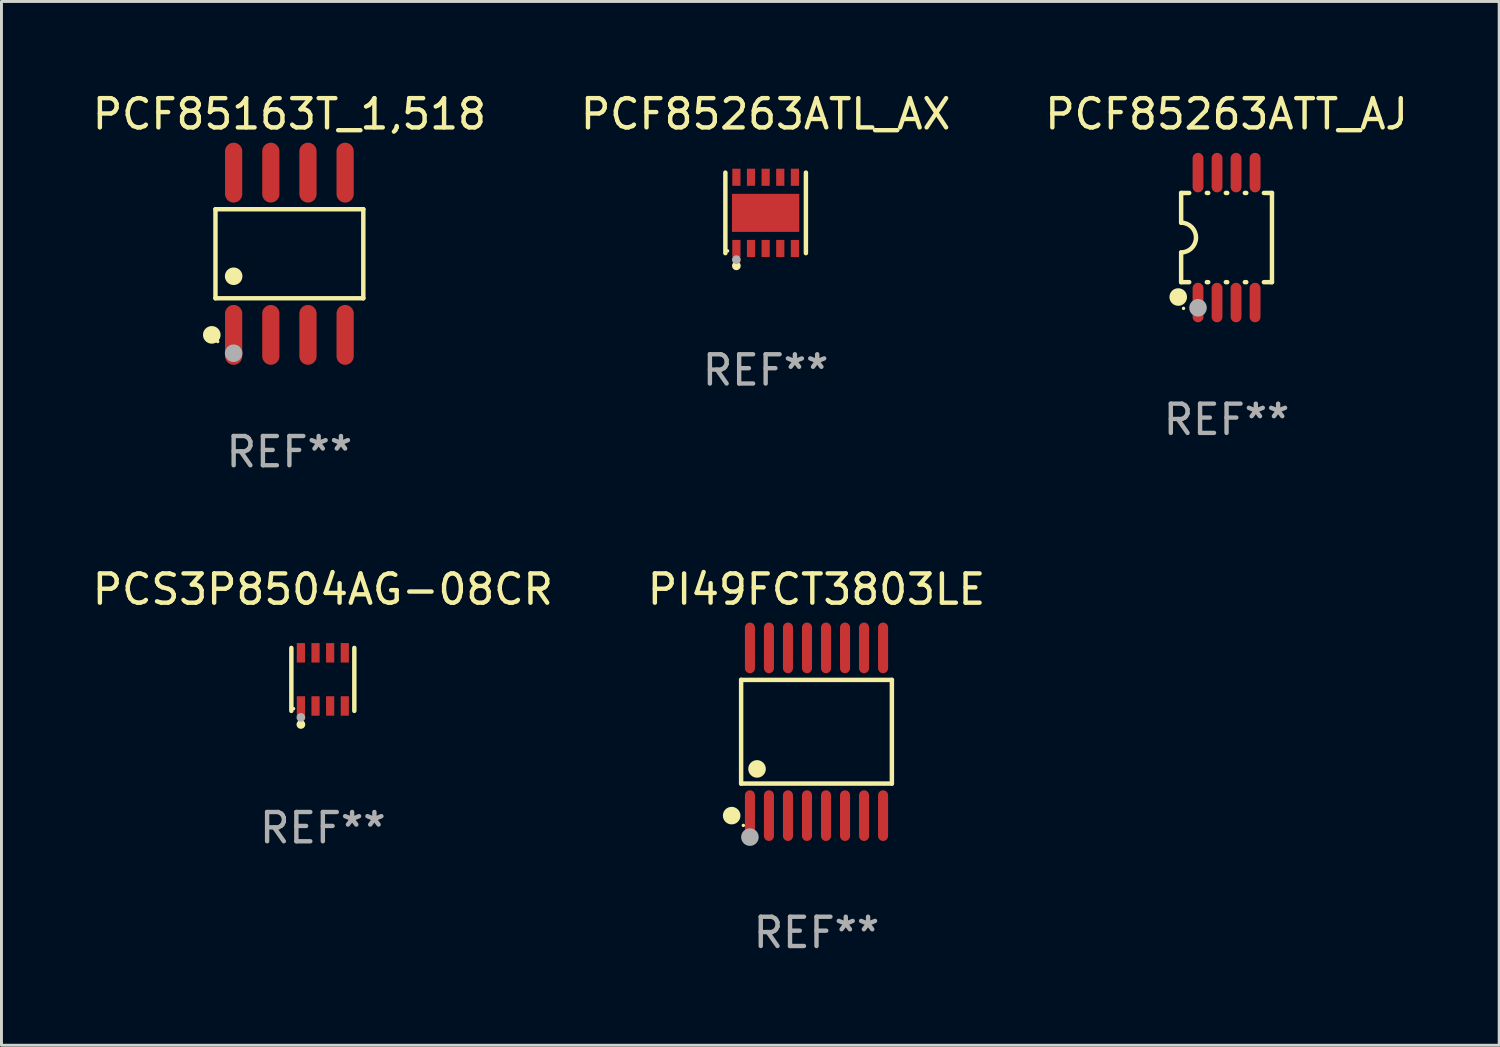
<source format=kicad_pcb>
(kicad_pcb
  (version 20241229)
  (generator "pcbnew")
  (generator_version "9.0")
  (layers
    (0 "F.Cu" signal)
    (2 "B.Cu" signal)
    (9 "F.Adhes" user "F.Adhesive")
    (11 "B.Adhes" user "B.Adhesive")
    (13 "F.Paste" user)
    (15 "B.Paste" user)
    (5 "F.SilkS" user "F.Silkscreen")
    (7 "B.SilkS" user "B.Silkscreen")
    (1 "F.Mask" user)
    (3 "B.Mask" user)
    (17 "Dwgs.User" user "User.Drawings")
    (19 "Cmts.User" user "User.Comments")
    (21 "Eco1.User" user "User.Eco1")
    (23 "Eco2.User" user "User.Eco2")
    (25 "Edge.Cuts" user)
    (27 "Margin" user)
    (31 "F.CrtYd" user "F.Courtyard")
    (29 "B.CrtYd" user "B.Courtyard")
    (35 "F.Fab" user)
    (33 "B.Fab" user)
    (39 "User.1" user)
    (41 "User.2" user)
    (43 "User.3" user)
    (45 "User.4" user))
  (footprint "PCF85263ATT_AJ"
    (layer "F.Cu")
    (at 38.863 5.068)
    (property "Reference" "PCF85263ATT_AJ" (at 0 -4.22 0) (layer "F.SilkS") (effects (font (size 1 1) (thickness 0.15))))
    (attr through_hole)
    (fp_line (start -1.552 -1.524) (end -1.276 -1.524) (stroke (width 0.152) (type solid)) (layer "F.SilkS"))
    (fp_line (start -1.552 -0.508) (end -1.552 -1.524) (stroke (width 0.152) (type solid)) (layer "F.SilkS"))
    (fp_line (start -1.552 1.524) (end -1.552 0.508) (stroke (width 0.152) (type solid)) (layer "F.SilkS"))
    (fp_line (start -1.552 1.524) (end -1.276 1.524) (stroke (width 0.152) (type solid)) (layer "F.SilkS"))
    (fp_line (start -0.674 -1.524) (end -0.626 -1.524) (stroke (width 0.152) (type solid)) (layer "F.SilkS"))
    (fp_line (start -0.674 1.524) (end -0.626 1.524) (stroke (width 0.152) (type solid)) (layer "F.SilkS"))
    (fp_line (start -0.024 -1.524) (end 0.024 -1.524) (stroke (width 0.152) (type solid)) (layer "F.SilkS"))
    (fp_line (start -0.024 1.524) (end 0.024 1.524) (stroke (width 0.152) (type solid)) (layer "F.SilkS"))
    (fp_line (start 0.626 -1.524) (end 0.674 -1.524) (stroke (width 0.152) (type solid)) (layer "F.SilkS"))
    (fp_line (start 0.626 1.524) (end 0.674 1.524) (stroke (width 0.152) (type solid)) (layer "F.SilkS"))
    (fp_line (start 1.276 1.524) (end 1.552 1.524) (stroke (width 0.152) (type solid)) (layer "F.SilkS"))
    (fp_line (start 1.276 -1.524) (end 1.552 -1.524) (stroke (width 0.152) (type solid)) (layer "F.SilkS"))
    (fp_line (start 1.552 -1.524) (end 1.552 1.524) (stroke (width 0.152) (type solid)) (layer "F.SilkS"))
    (fp_arc (start -1.551943 -0.508001) (mid -1.043942 0) (end -1.551943 0.508001) (stroke (width 0.151994) (type solid)) (layer "F.SilkS"))
    (fp_circle (center -1.651 2.032) (end -1.501 2.032) (stroke (width 0.3) (type solid)) (fill no) (layer "F.SilkS"))
    (fp_circle (center -1.47 2.42) (end -1.44 2.42) (stroke (width 0.06) (type solid)) (fill no) (layer "F.SilkS"))
    (fp_circle (center -0.975 2.4) (end -0.825 2.4) (stroke (width 0.3) (type solid)) (fill no) (layer "F.Fab"))
    (fp_text user "REF**" (at 0 6.22 0) (layer "F.Fab") (effects (font (size 1 1) (thickness 0.15))))
    (pad "1" smd oval (at -0.975 2.22) (size 0.37 1.35) (layers "F.Cu" "F.Mask" "F.Paste"))
    (pad "2" smd oval (at -0.325 2.22) (size 0.37 1.35) (layers "F.Cu" "F.Mask" "F.Paste"))
    (pad "3" smd oval (at 0.325 2.22) (size 0.37 1.35) (layers "F.Cu" "F.Mask" "F.Paste"))
    (pad "4" smd oval (at 0.975 2.22) (size 0.37 1.35) (layers "F.Cu" "F.Mask" "F.Paste"))
    (pad "5" smd oval (at 0.975 -2.22) (size 0.37 1.35) (layers "F.Cu" "F.Mask" "F.Paste"))
    (pad "6" smd oval (at 0.325 -2.22) (size 0.37 1.35) (layers "F.Cu" "F.Mask" "F.Paste"))
    (pad "7" smd oval (at -0.325 -2.22) (size 0.37 1.35) (layers "F.Cu" "F.Mask" "F.Paste"))
    (pad "8" smd oval (at -0.975 -2.22) (size 0.37 1.35) (layers "F.Cu" "F.Mask" "F.Paste")))
  (footprint "PI49FCT3803LE"
    (layer "F.Cu")
    (at 24.851 21.955)
    (property "Reference" "PI49FCT3803LE" (at 0 -4.866 0) (layer "F.SilkS") (effects (font (size 1 1) (thickness 0.15))))
    (attr through_hole)
    (fp_line (start -2.576 -1.772) (end 2.576 -1.772) (stroke (width 0.152) (type solid)) (layer "F.SilkS"))
    (fp_line (start -2.576 1.771) (end -2.576 -1.772) (stroke (width 0.152) (type solid)) (layer "F.SilkS"))
    (fp_line (start 2.576 -1.772) (end 2.576 1.771) (stroke (width 0.152) (type solid)) (layer "F.SilkS"))
    (fp_line (start 2.576 1.771) (end -2.576 1.771) (stroke (width 0.152) (type solid)) (layer "F.SilkS"))
    (fp_circle (center -2.899 2.866) (end -2.749 2.866) (stroke (width 0.3) (type solid)) (fill no) (layer "F.SilkS"))
    (fp_circle (center -2.5 3.2) (end -2.47 3.2) (stroke (width 0.06) (type solid)) (fill no) (layer "F.SilkS"))
    (fp_circle (center -2.032 1.27) (end -1.882 1.27) (stroke (width 0.3) (type solid)) (fill no) (layer "F.SilkS"))
    (fp_circle (center -2.275 3.6) (end -2.125 3.6) (stroke (width 0.3) (type solid)) (fill no) (layer "F.Fab"))
    (fp_text user "REF**" (at 0 6.866 0) (layer "F.Fab") (effects (font (size 1 1) (thickness 0.15))))
    (pad "1" smd oval (at -2.275 2.866) (size 0.343 1.731) (layers "F.Cu" "F.Mask" "F.Paste"))
    (pad "2" smd oval (at -1.625 2.866) (size 0.343 1.731) (layers "F.Cu" "F.Mask" "F.Paste"))
    (pad "3" smd oval (at -0.975 2.866) (size 0.343 1.731) (layers "F.Cu" "F.Mask" "F.Paste"))
    (pad "4" smd oval (at -0.325 2.866) (size 0.343 1.731) (layers "F.Cu" "F.Mask" "F.Paste"))
    (pad "5" smd oval (at 0.325 2.866) (size 0.343 1.731) (layers "F.Cu" "F.Mask" "F.Paste"))
    (pad "6" smd oval (at 0.975 2.866) (size 0.343 1.731) (layers "F.Cu" "F.Mask" "F.Paste"))
    (pad "7" smd oval (at 1.625 2.866) (size 0.343 1.731) (layers "F.Cu" "F.Mask" "F.Paste"))
    (pad "8" smd oval (at 2.275 2.866) (size 0.343 1.731) (layers "F.Cu" "F.Mask" "F.Paste"))
    (pad "9" smd oval (at 2.275 -2.866) (size 0.343 1.731) (layers "F.Cu" "F.Mask" "F.Paste"))
    (pad "10" smd oval (at 1.625 -2.866) (size 0.343 1.731) (layers "F.Cu" "F.Mask" "F.Paste"))
    (pad "11" smd oval (at 0.975 -2.866) (size 0.343 1.731) (layers "F.Cu" "F.Mask" "F.Paste"))
    (pad "12" smd oval (at 0.325 -2.866) (size 0.343 1.731) (layers "F.Cu" "F.Mask" "F.Paste"))
    (pad "13" smd oval (at -0.325 -2.866) (size 0.343 1.731) (layers "F.Cu" "F.Mask" "F.Paste"))
    (pad "14" smd oval (at -0.975 -2.866) (size 0.343 1.731) (layers "F.Cu" "F.Mask" "F.Paste"))
    (pad "15" smd oval (at -1.625 -2.866) (size 0.343 1.731) (layers "F.Cu" "F.Mask" "F.Paste"))
    (pad "16" smd oval (at -2.275 -2.866) (size 0.343 1.731) (layers "F.Cu" "F.Mask" "F.Paste")))
  (footprint "PCS3P8504AG-08CR"
    (layer "F.Cu")
    (at 7.982 20.166)
    (property "Reference" "PCS3P8504AG-08CR" (at 0 -3.076 0) (layer "F.SilkS") (effects (font (size 1 1) (thickness 0.15))))
    (attr through_hole)
    (fp_line (start -1.076 1.076) (end -1.076 -1.076) (stroke (width 0.152) (type solid)) (layer "F.SilkS"))
    (fp_line (start 1.076 1.076) (end 1.076 -1.076) (stroke (width 0.152) (type solid)) (layer "F.SilkS"))
    (fp_circle (center -1 1) (end -0.97 1) (stroke (width 0.06) (type solid)) (fill no) (layer "F.SilkS"))
    (fp_circle (center -0.75 1.54) (end -0.675 1.54) (stroke (width 0.15) (type solid)) (fill no) (layer "F.SilkS"))
    (fp_circle (center -0.75 1.3) (end -0.675 1.3) (stroke (width 0.15) (type solid)) (fill no) (layer "F.Fab"))
    (fp_text user "REF**" (at 0 5.076 0) (layer "F.Fab") (effects (font (size 1 1) (thickness 0.15))))
    (pad "1" smd rect (at -0.75 0.908) (size 0.28 0.665) (layers "F.Cu" "F.Mask" "F.Paste"))
    (pad "2" smd rect (at -0.25 0.908) (size 0.28 0.665) (layers "F.Cu" "F.Mask" "F.Paste"))
    (pad "3" smd rect (at 0.25 0.908) (size 0.28 0.665) (layers "F.Cu" "F.Mask" "F.Paste"))
    (pad "4" smd rect (at 0.75 0.908) (size 0.28 0.665) (layers "F.Cu" "F.Mask" "F.Paste"))
    (pad "5" smd rect (at 0.75 -0.908) (size 0.28 0.665) (layers "F.Cu" "F.Mask" "F.Paste"))
    (pad "6" smd rect (at 0.25 -0.908) (size 0.28 0.665) (layers "F.Cu" "F.Mask" "F.Paste"))
    (pad "7" smd rect (at -0.25 -0.908) (size 0.28 0.665) (layers "F.Cu" "F.Mask" "F.Paste"))
    (pad "8" smd rect (at -0.75 -0.908) (size 0.28 0.665) (layers "F.Cu" "F.Mask" "F.Paste")))
  (footprint "PCF85163T_1,518"
    (layer "F.Cu")
    (at 6.839 5.621)
    (property "Reference" "PCF85163T_1,518" (at 0 -4.772 0) (layer "F.SilkS") (effects (font (size 1 1) (thickness 0.15))))
    (attr through_hole)
    (fp_line (start -2.526 -1.521) (end 2.526 -1.521) (stroke (width 0.152) (type solid)) (layer "F.SilkS"))
    (fp_line (start -2.526 1.521) (end -2.526 -1.521) (stroke (width 0.152) (type solid)) (layer "F.SilkS"))
    (fp_line (start 2.526 -1.521) (end 2.526 1.521) (stroke (width 0.152) (type solid)) (layer "F.SilkS"))
    (fp_line (start 2.526 1.521) (end -2.526 1.521) (stroke (width 0.152) (type solid)) (layer "F.SilkS"))
    (fp_circle (center -2.652 2.772) (end -2.501 2.772) (stroke (width 0.3) (type solid)) (fill no) (layer "F.SilkS"))
    (fp_circle (center -2.45 3) (end -2.42 3) (stroke (width 0.06) (type solid)) (fill no) (layer "F.SilkS"))
    (fp_circle (center -1.905 0.769) (end -1.755 0.769) (stroke (width 0.3) (type solid)) (fill no) (layer "F.SilkS"))
    (fp_circle (center -1.905 3.4) (end -1.755 3.4) (stroke (width 0.3) (type solid)) (fill no) (layer "F.Fab"))
    (fp_text user "REF**" (at 0 6.772 0) (layer "F.Fab") (effects (font (size 1 1) (thickness 0.15))))
    (pad "1" smd oval (at -1.905 2.772) (size 0.588 2.045) (layers "F.Cu" "F.Mask" "F.Paste"))
    (pad "2" smd oval (at -0.635 2.772) (size 0.588 2.045) (layers "F.Cu" "F.Mask" "F.Paste"))
    (pad "3" smd oval (at 0.635 2.772) (size 0.588 2.045) (layers "F.Cu" "F.Mask" "F.Paste"))
    (pad "4" smd oval (at 1.905 2.772) (size 0.588 2.045) (layers "F.Cu" "F.Mask" "F.Paste"))
    (pad "5" smd oval (at 1.905 -2.772) (size 0.588 2.045) (layers "F.Cu" "F.Mask" "F.Paste"))
    (pad "6" smd oval (at 0.635 -2.772) (size 0.588 2.045) (layers "F.Cu" "F.Mask" "F.Paste"))
    (pad "7" smd oval (at -0.635 -2.772) (size 0.588 2.045) (layers "F.Cu" "F.Mask" "F.Paste"))
    (pad "8" smd oval (at -1.905 -2.772) (size 0.588 2.045) (layers "F.Cu" "F.Mask" "F.Paste")))
  (footprint "PCF85263ATL_AX"
    (layer "F.Cu")
    (at 23.113 4.224)
    (property "Reference" "PCF85263ATL_AX" (at 0 -3.376 0) (layer "F.SilkS") (effects (font (size 1 1) (thickness 0.15))))
    (attr through_hole)
    (fp_line (start -1.376 1.376) (end -1.376 -1.376) (stroke (width 0.152) (type solid)) (layer "F.SilkS"))
    (fp_line (start 1.376 1.376) (end 1.376 -1.376) (stroke (width 0.152) (type solid)) (layer "F.SilkS"))
    (fp_circle (center -1.3 1.3) (end -1.27 1.3) (stroke (width 0.06) (type solid)) (fill no) (layer "F.SilkS"))
    (fp_circle (center -1 1.81) (end -0.925 1.81) (stroke (width 0.15) (type solid)) (fill no) (layer "F.SilkS"))
    (fp_circle (center -1 1.6) (end -0.925 1.6) (stroke (width 0.15) (type solid)) (fill no) (layer "F.Fab"))
    (fp_text user "REF**" (at 0 5.376 0) (layer "F.Fab") (effects (font (size 1 1) (thickness 0.15))))
    (pad "1" smd rect (at -1 1.217) (size 0.28 0.585) (layers "F.Cu" "F.Mask" "F.Paste"))
    (pad "2" smd rect (at -0.5 1.217) (size 0.28 0.585) (layers "F.Cu" "F.Mask" "F.Paste"))
    (pad "3" smd rect (at 0 1.217) (size 0.28 0.585) (layers "F.Cu" "F.Mask" "F.Paste"))
    (pad "4" smd rect (at 0.5 1.217) (size 0.28 0.585) (layers "F.Cu" "F.Mask" "F.Paste"))
    (pad "5" smd rect (at 1 1.217) (size 0.28 0.585) (layers "F.Cu" "F.Mask" "F.Paste"))
    (pad "6" smd rect (at 1 -1.217) (size 0.28 0.585) (layers "F.Cu" "F.Mask" "F.Paste"))
    (pad "7" smd rect (at 0.5 -1.217) (size 0.28 0.585) (layers "F.Cu" "F.Mask" "F.Paste"))
    (pad "8" smd rect (at 0 -1.217) (size 0.28 0.585) (layers "F.Cu" "F.Mask" "F.Paste"))
    (pad "9" smd rect (at -0.5 -1.217) (size 0.28 0.585) (layers "F.Cu" "F.Mask" "F.Paste"))
    (pad "10" smd rect (at -1 -1.217) (size 0.28 0.585) (layers "F.Cu" "F.Mask" "F.Paste"))
    (pad "11" smd rect (at 0 0) (size 2.3 1.3) (layers "F.Cu" "F.Mask" "F.Paste")))
  (gr_rect
    (start -3 -3)
    (end 48.179 32.669)
    (stroke (width 0.1) (type default))
    (fill no)
    (layer "Edge.Cuts")))
</source>
